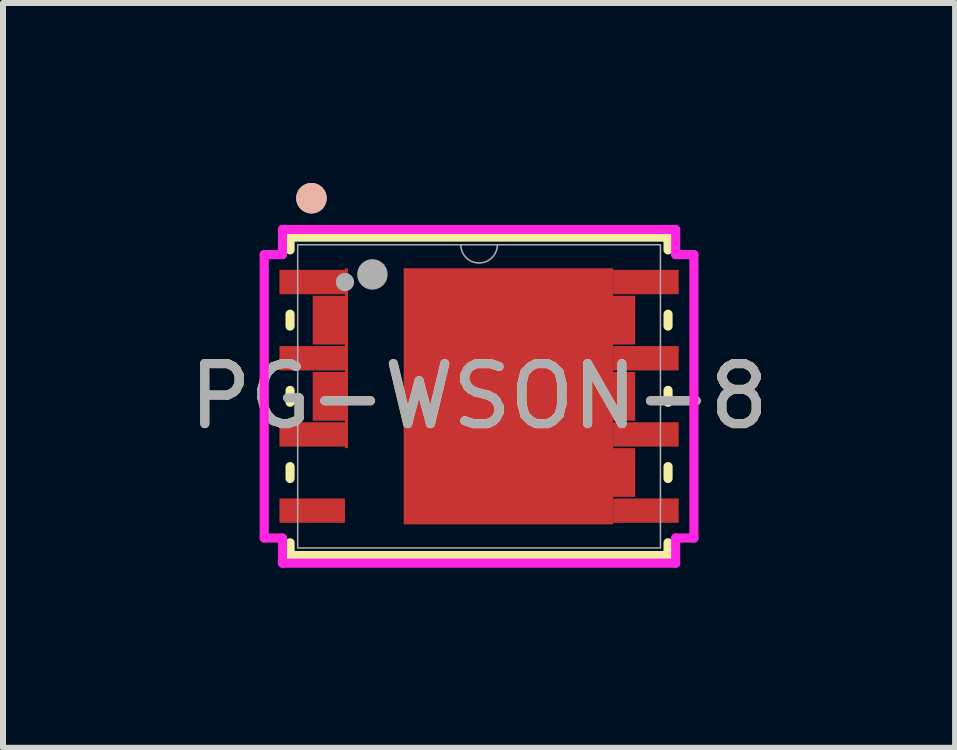
<source format=kicad_pcb>
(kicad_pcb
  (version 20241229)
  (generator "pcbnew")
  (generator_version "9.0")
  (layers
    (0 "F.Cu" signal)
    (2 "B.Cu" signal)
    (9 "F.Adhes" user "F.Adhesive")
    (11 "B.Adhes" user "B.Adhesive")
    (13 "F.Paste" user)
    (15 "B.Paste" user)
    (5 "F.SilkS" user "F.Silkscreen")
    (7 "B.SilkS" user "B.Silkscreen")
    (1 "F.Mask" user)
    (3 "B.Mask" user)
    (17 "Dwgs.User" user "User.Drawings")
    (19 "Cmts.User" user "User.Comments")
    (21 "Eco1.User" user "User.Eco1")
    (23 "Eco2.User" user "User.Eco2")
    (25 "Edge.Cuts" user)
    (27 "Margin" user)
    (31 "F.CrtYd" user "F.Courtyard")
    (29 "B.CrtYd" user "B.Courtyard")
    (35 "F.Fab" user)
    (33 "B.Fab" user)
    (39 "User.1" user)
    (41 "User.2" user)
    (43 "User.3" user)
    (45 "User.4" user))
  (footprint "PG-WSON-8"
    (layer "F.Cu")
    (at 4.935 3.556)
    (property "Reference" "PG-WSON-8" (at 0 0 0) (unlocked yes) (layer "F.SilkS") (effects (font (size 1 1) (thickness 0.15))))
    (attr smd)
    (fp_poly (pts (xy -2.185 -2.134) (xy -2.185 0.864) (xy -2.235 0.864) (xy -2.235 0.406) (xy -2.773 0.406) (xy -2.773 -0.406) (xy -2.235 -0.406) (xy -2.235 -0.864) (xy -2.773 -0.864) (xy -2.773 -1.676) (xy -2.235 -1.676) (xy -2.235 -2.134)) (stroke (width 0) (type solid)) (fill yes) (layer "F.Cu"))
    (fp_poly (pts (xy -1.257 -2.134) (xy -1.257 2.134) (xy 2.603 2.134) (xy 2.235 2.134) (xy 2.235 1.676) (xy 2.603 1.676) (xy 2.603 0.864) (xy 2.235 0.864) (xy 2.235 0.406) (xy 2.603 0.406) (xy 2.603 -0.406) (xy 2.235 -0.406) (xy 2.235 -0.864) (xy 2.603 -0.864) (xy 2.603 -1.676) (xy 2.235 -1.676) (xy 2.235 -2.134)) (stroke (width 0) (type solid)) (fill yes) (layer "F.Cu"))
    (fp_poly (pts (xy -2.185 -2.134) (xy -2.185 0.864) (xy -2.235 0.864) (xy -2.235 0.406) (xy -2.773 0.406) (xy -2.773 -0.406) (xy -2.235 -0.406) (xy -2.235 -0.864) (xy -2.773 -0.864) (xy -2.773 -1.676) (xy -2.235 -1.676) (xy -2.235 -2.134)) (stroke (width 0) (type solid)) (fill yes) (layer "F.Mask"))
    (fp_poly (pts (xy -1.257 -2.134) (xy -1.257 2.134) (xy 2.603 2.134) (xy 2.235 2.134) (xy 2.235 1.676) (xy 2.603 1.676) (xy 2.603 0.864) (xy 2.235 0.864) (xy 2.235 0.406) (xy 2.603 0.406) (xy 2.603 -0.406) (xy 2.235 -0.406) (xy 2.235 -0.864) (xy 2.603 -0.864) (xy 2.603 -1.676) (xy 2.235 -1.676) (xy 2.235 -2.134)) (stroke (width 0) (type solid)) (fill yes) (layer "F.Mask"))
    (fp_line (start -3.15 -2.654) (end -3.15 -2.441) (stroke (width 0.152) (type solid)) (layer "F.SilkS"))
    (fp_line (start -3.15 -1.369) (end -3.15 -1.171) (stroke (width 0.152) (type solid)) (layer "F.SilkS"))
    (fp_line (start -3.15 -0.099) (end -3.15 0.099) (stroke (width 0.152) (type solid)) (layer "F.SilkS"))
    (fp_line (start -3.15 1.171) (end -3.15 1.369) (stroke (width 0.152) (type solid)) (layer "F.SilkS"))
    (fp_line (start -3.15 2.441) (end -3.15 2.654) (stroke (width 0.152) (type solid)) (layer "F.SilkS"))
    (fp_line (start -3.15 2.654) (end 3.15 2.654) (stroke (width 0.152) (type solid)) (layer "F.SilkS"))
    (fp_line (start 3.15 -2.654) (end -3.15 -2.654) (stroke (width 0.152) (type solid)) (layer "F.SilkS"))
    (fp_line (start 3.15 -2.441) (end 3.15 -2.654) (stroke (width 0.152) (type solid)) (layer "F.SilkS"))
    (fp_line (start 3.15 -1.171) (end 3.15 -1.369) (stroke (width 0.152) (type solid)) (layer "F.SilkS"))
    (fp_line (start 3.15 0.099) (end 3.15 -0.099) (stroke (width 0.152) (type solid)) (layer "F.SilkS"))
    (fp_line (start 3.15 1.369) (end 3.15 1.171) (stroke (width 0.152) (type solid)) (layer "F.SilkS"))
    (fp_line (start 3.15 2.654) (end 3.15 2.441) (stroke (width 0.152) (type solid)) (layer "F.SilkS"))
    (fp_circle (center -2.794 -3.302) (end -2.667 -3.302) (stroke (width 0.254) (type solid)) (fill no) (layer "F.SilkS"))
    (fp_circle (center -2.794 -3.302) (end -2.667 -3.302) (stroke (width 0.254) (type solid)) (fill no) (layer "B.SilkS"))
    (fp_poly (pts (xy -2.185 -2.134) (xy -2.185 0.864) (xy -2.235 0.864) (xy -2.235 0.406) (xy -2.773 0.406) (xy -2.773 -0.406) (xy -2.235 -0.406) (xy -2.235 -0.864) (xy -2.773 -0.864) (xy -2.773 -1.676) (xy -2.235 -1.676) (xy -2.235 -2.134)) (stroke (width 0) (type solid)) (fill yes) (layer "F.Paste"))
    (fp_poly (pts (xy -1.257 -2.134) (xy -1.257 2.134) (xy 2.603 2.134) (xy 2.235 2.134) (xy 2.235 1.676) (xy 2.603 1.676) (xy 2.603 0.864) (xy 2.235 0.864) (xy 2.235 0.406) (xy 2.603 0.406) (xy 2.603 -0.406) (xy 2.235 -0.406) (xy 2.235 -0.864) (xy 2.603 -0.864) (xy 2.603 -1.676) (xy 2.235 -1.676) (xy 2.235 -2.134)) (stroke (width 0) (type solid)) (fill yes) (layer "F.Paste"))
    (fp_line (start -3.581 -2.362) (end -3.277 -2.362) (stroke (width 0.152) (type solid)) (layer "F.CrtYd"))
    (fp_line (start -3.581 2.362) (end -3.581 -2.362) (stroke (width 0.152) (type solid)) (layer "F.CrtYd"))
    (fp_line (start -3.581 2.362) (end -3.277 2.362) (stroke (width 0.152) (type solid)) (layer "F.CrtYd"))
    (fp_line (start -3.277 -2.781) (end 3.277 -2.781) (stroke (width 0.152) (type solid)) (layer "F.CrtYd"))
    (fp_line (start -3.277 -2.362) (end -3.277 -2.781) (stroke (width 0.152) (type solid)) (layer "F.CrtYd"))
    (fp_line (start -3.277 2.781) (end -3.277 2.362) (stroke (width 0.152) (type solid)) (layer "F.CrtYd"))
    (fp_line (start 3.277 -2.781) (end 3.277 -2.362) (stroke (width 0.152) (type solid)) (layer "F.CrtYd"))
    (fp_line (start 3.277 2.362) (end 3.277 2.781) (stroke (width 0.152) (type solid)) (layer "F.CrtYd"))
    (fp_line (start 3.277 2.781) (end -3.277 2.781) (stroke (width 0.152) (type solid)) (layer "F.CrtYd"))
    (fp_line (start 3.581 -2.362) (end 3.277 -2.362) (stroke (width 0.152) (type solid)) (layer "F.CrtYd"))
    (fp_line (start 3.581 -2.362) (end 3.581 2.362) (stroke (width 0.152) (type solid)) (layer "F.CrtYd"))
    (fp_line (start 3.581 2.362) (end 3.277 2.362) (stroke (width 0.152) (type solid)) (layer "F.CrtYd"))
    (fp_line (start -3.023 -2.527) (end -3.023 2.527) (stroke (width 0.025) (type solid)) (layer "F.Fab"))
    (fp_line (start -3.023 2.527) (end 3.023 2.527) (stroke (width 0.025) (type solid)) (layer "F.Fab"))
    (fp_line (start 3.023 -2.527) (end -3.023 -2.527) (stroke (width 0.025) (type solid)) (layer "F.Fab"))
    (fp_line (start 3.023 2.527) (end 3.023 -2.527) (stroke (width 0.025) (type solid)) (layer "F.Fab"))
    (fp_arc (start 0.3048 -2.5273) (mid 0 -2.2225) (end -0.3048 -2.5273) (stroke (width 0.0254) (type solid)) (layer "F.Fab"))
    (fp_circle (center -2.235 -1.905) (end -2.235 -1.905) (stroke (width 0.152) (type solid)) (fill no) (layer "F.Fab"))
    (fp_circle (center -1.778 -2.032) (end -1.651 -2.032) (stroke (width 0.254) (type solid)) (fill no) (layer "F.Fab"))
    (fp_text user "${REFERENCE}" (at 0 0 0) (unlocked yes) (layer "F.Fab") (effects (font (size 1 1) (thickness 0.15))))
    (pad "D" smd rect (at 2.781 -1.905) (size 1.092 0.406) (layers "F.Cu" "F.Mask" "F.Paste"))
    (pad "D" smd rect (at 2.781 -0.635) (size 1.092 0.406) (layers "F.Cu" "F.Mask" "F.Paste"))
    (pad "D" smd rect (at 2.781 0.635) (size 1.092 0.406) (layers "F.Cu" "F.Mask" "F.Paste"))
    (pad "D" smd rect (at 2.781 1.905) (size 1.092 0.406) (layers "F.Cu" "F.Mask" "F.Paste"))
    (pad "G" smd rect (at -2.781 1.905) (size 1.092 0.406) (layers "F.Cu" "F.Mask" "F.Paste"))
    (pad "S" smd rect (at -2.781 -1.905) (size 1.092 0.406) (layers "F.Cu" "F.Mask" "F.Paste"))
    (pad "S" smd rect (at -2.781 -0.635) (size 1.092 0.406) (layers "F.Cu" "F.Mask" "F.Paste"))
    (pad "S" smd rect (at -2.781 0.635) (size 1.092 0.406) (layers "F.Cu" "F.Mask" "F.Paste")))
  (gr_rect
    (start -3 -3)
    (end 12.869 9.414)
    (stroke (width 0.1) (type default))
    (fill no)
    (layer "Edge.Cuts")))
</source>
